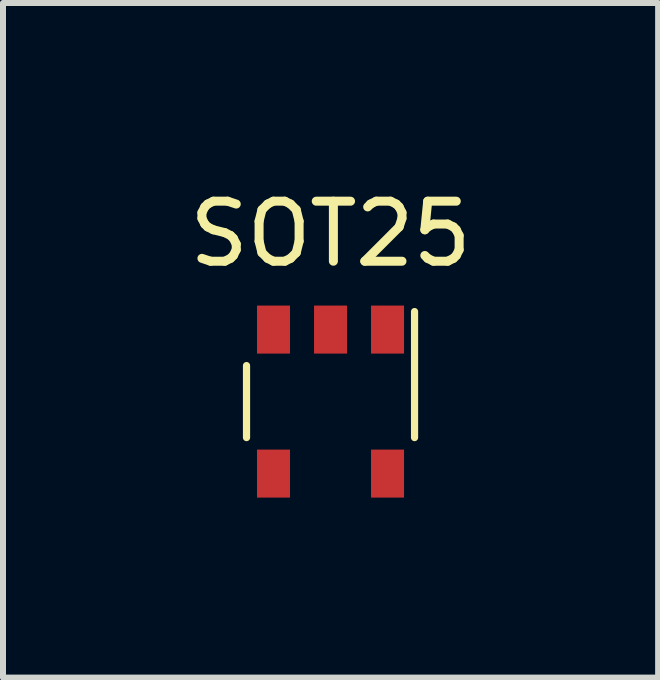
<source format=kicad_pcb>
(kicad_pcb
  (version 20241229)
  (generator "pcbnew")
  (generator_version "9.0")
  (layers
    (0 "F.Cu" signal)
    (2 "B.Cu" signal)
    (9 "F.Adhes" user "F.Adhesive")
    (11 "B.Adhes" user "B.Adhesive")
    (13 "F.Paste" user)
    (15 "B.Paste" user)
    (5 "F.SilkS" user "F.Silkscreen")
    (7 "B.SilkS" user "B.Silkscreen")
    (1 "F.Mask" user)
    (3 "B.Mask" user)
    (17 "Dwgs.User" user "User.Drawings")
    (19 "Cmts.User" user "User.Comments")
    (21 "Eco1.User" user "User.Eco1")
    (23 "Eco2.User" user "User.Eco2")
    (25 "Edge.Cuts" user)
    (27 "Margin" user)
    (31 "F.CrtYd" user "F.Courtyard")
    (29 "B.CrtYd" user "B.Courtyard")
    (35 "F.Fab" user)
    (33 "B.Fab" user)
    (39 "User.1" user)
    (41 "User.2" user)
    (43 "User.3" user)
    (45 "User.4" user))
  (footprint "SOT25"
    (layer "F.Cu")
    (at 2.458 3.642)
    (property "Reference" "SOT25" (at 0 -2.794 0) (unlocked yes) (layer "F.SilkS") (effects (font (size 1 1) (thickness 0.15))))
    (attr smd)
    (fp_line (start -1.4 0.6) (end -1.4 -0.6) (stroke (width 0.12) (type solid)) (layer "F.SilkS"))
    (fp_line (start 1.4 0.6) (end 1.4 -1.5) (stroke (width 0.12) (type solid)) (layer "F.SilkS"))
    (pad "1" smd rect (at 0.95 -1.2) (size 0.55 0.8) (layers "F.Cu" "F.Mask" "F.Paste"))
    (pad "2" smd rect (at 0 -1.2) (size 0.55 0.8) (layers "F.Cu" "F.Mask" "F.Paste"))
    (pad "3" smd rect (at -0.95 -1.2) (size 0.55 0.8) (layers "F.Cu" "F.Mask" "F.Paste"))
    (pad "4" smd rect (at -0.95 1.2) (size 0.55 0.8) (layers "F.Cu" "F.Mask" "F.Paste"))
    (pad "5" smd rect (at 0.95 1.2) (size 0.55 0.8) (layers "F.Cu" "F.Mask" "F.Paste")))
  (gr_rect
    (start -3 -3)
    (end 7.917 8.242)
    (stroke (width 0.1) (type default))
    (fill no)
    (layer "Edge.Cuts")))
</source>
